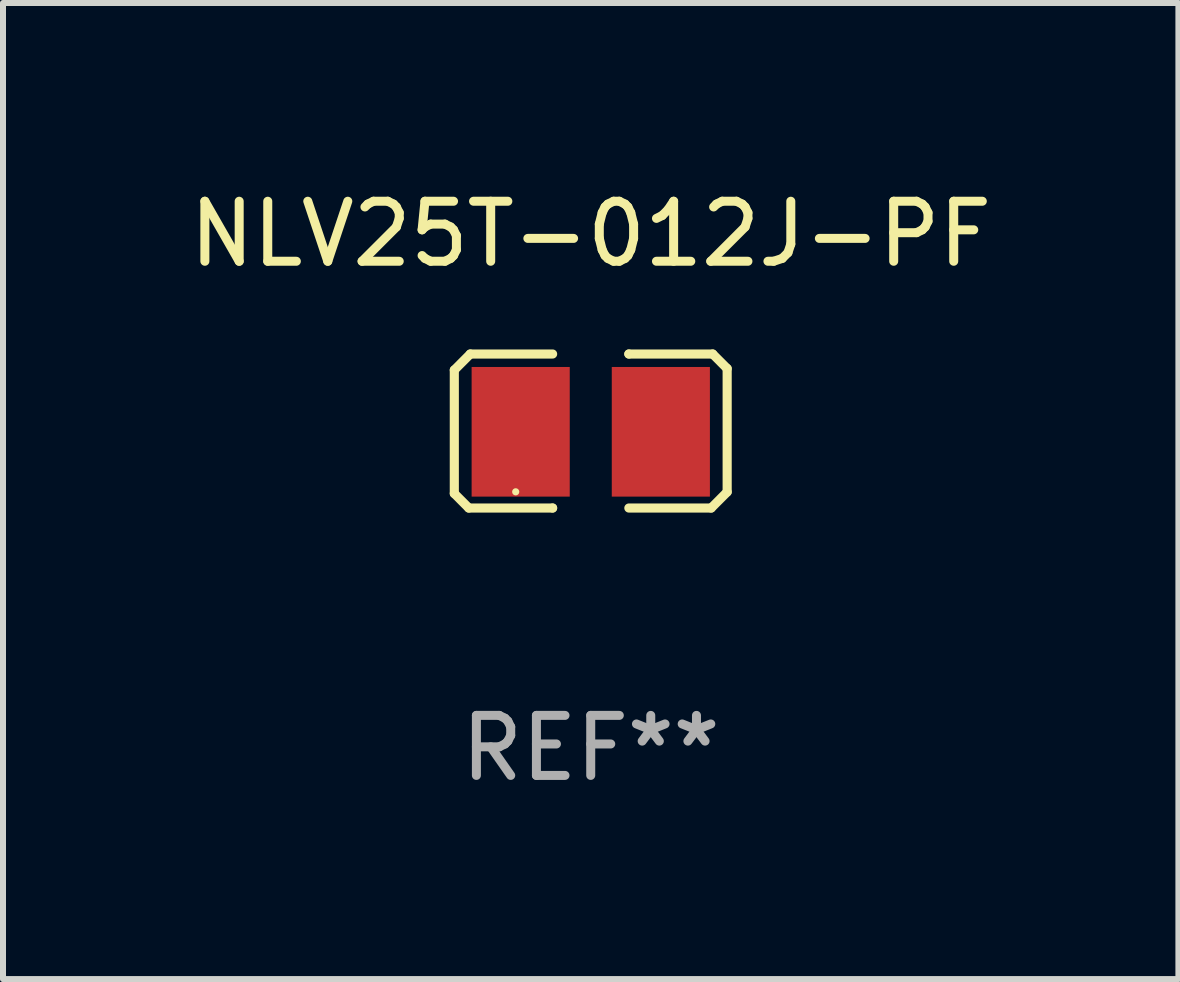
<source format=kicad_pcb>
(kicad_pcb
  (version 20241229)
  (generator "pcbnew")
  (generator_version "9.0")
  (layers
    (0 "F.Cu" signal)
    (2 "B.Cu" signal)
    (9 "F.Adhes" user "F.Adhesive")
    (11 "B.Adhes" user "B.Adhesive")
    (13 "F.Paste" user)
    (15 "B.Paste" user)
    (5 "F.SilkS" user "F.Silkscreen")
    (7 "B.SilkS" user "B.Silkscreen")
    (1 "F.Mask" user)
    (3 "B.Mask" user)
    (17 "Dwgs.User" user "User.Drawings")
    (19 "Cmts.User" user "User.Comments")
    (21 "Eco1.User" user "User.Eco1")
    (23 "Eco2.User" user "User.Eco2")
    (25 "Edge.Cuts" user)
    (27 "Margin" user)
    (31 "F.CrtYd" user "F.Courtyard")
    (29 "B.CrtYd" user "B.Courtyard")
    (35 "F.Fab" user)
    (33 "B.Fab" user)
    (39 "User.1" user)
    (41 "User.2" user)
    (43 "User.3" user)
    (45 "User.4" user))
  (footprint "NLV25T-012J-PF"
    (layer "F.Cu")
    (at 6.792 4.131)
    (property "Reference" "NLV25T-012J-PF" (at 0 -3.283 0) (layer "F.SilkS") (effects (font (size 1 1) (thickness 0.15))))
    (attr through_hole)
    (fp_line (start -2.273 -1.016) (end -2.007 -1.283) (stroke (width 0.152) (type solid)) (layer "F.SilkS"))
    (fp_line (start -2.273 1.041) (end -2.273 -1.016) (stroke (width 0.152) (type solid)) (layer "F.SilkS"))
    (fp_line (start -2.032 1.283) (end -2.273 1.041) (stroke (width 0.152) (type solid)) (layer "F.SilkS"))
    (fp_line (start -2.007 -1.283) (end -0.635 -1.283) (stroke (width 0.152) (type solid)) (layer "F.SilkS"))
    (fp_line (start -0.635 1.283) (end -2.032 1.283) (stroke (width 0.152) (type solid)) (layer "F.SilkS"))
    (fp_line (start -0.635 1.283) (end -0.635 1.283) (stroke (width 0.152) (type solid)) (layer "F.SilkS"))
    (fp_line (start 0.635 -1.283) (end 0.635 -1.283) (stroke (width 0.152) (type solid)) (layer "F.SilkS"))
    (fp_line (start 0.635 -1.283) (end 2.032 -1.283) (stroke (width 0.152) (type solid)) (layer "F.SilkS"))
    (fp_line (start 2.007 1.283) (end 0.635 1.283) (stroke (width 0.152) (type solid)) (layer "F.SilkS"))
    (fp_line (start 2.032 -1.283) (end 2.273 -1.041) (stroke (width 0.152) (type solid)) (layer "F.SilkS"))
    (fp_line (start 2.273 -1.041) (end 2.273 1.016) (stroke (width 0.152) (type solid)) (layer "F.SilkS"))
    (fp_line (start 2.273 1.016) (end 2.007 1.283) (stroke (width 0.152) (type solid)) (layer "F.SilkS"))
    (fp_circle (center -1.25 1.013) (end -1.22 1.013) (stroke (width 0.06) (type solid)) (fill no) (layer "F.SilkS"))
    (fp_text user "REF**" (at 0 5.283 0) (layer "F.Fab") (effects (font (size 1 1) (thickness 0.15))))
    (pad "1" smd rect (at -1.167 0.013) (size 1.635 2.16) (layers "F.Cu" "F.Mask" "F.Paste"))
    (pad "2" smd rect (at 1.168 0.013) (size 1.635 2.16) (layers "F.Cu" "F.Mask" "F.Paste")))
  (gr_rect
    (start -3 -3)
    (end 16.583 13.262)
    (stroke (width 0.1) (type default))
    (fill no)
    (layer "Edge.Cuts")))
</source>
